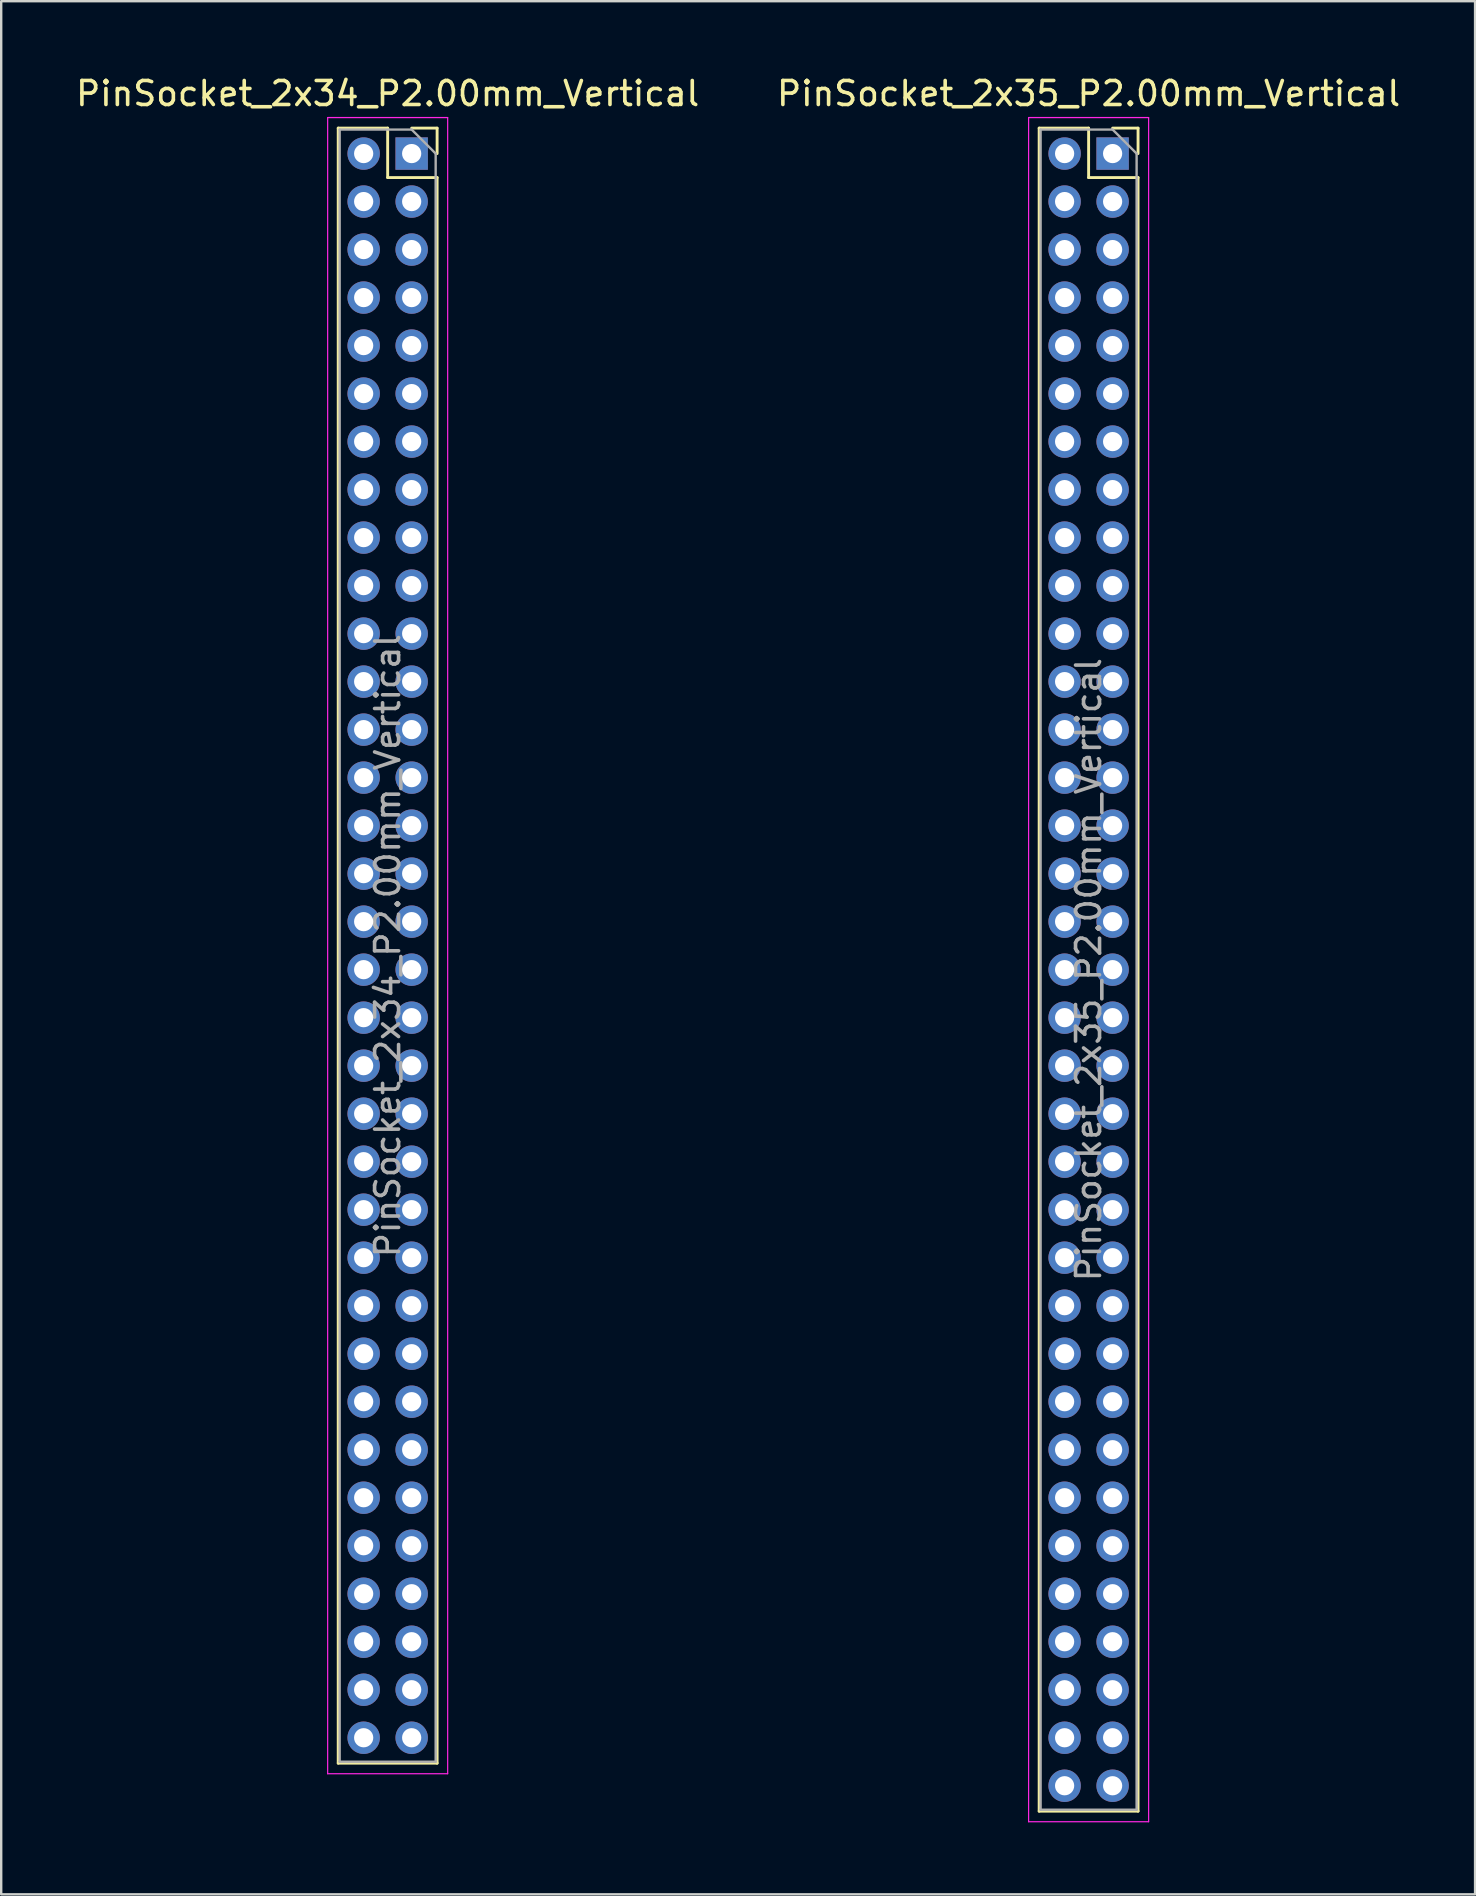
<source format=kicad_pcb>
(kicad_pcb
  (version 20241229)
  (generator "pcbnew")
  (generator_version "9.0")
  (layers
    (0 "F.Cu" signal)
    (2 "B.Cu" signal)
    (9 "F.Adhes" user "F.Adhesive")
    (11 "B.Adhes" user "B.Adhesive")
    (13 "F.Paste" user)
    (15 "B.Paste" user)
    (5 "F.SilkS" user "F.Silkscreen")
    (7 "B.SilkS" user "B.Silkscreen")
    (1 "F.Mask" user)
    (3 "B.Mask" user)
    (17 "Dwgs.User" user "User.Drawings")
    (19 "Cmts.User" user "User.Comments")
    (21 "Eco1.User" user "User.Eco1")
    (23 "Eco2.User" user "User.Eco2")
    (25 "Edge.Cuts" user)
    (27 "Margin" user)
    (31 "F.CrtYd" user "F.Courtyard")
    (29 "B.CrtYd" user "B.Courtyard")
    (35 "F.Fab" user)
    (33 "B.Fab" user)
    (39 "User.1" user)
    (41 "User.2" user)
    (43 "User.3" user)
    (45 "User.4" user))
  (footprint "PinSocket_2x35_P2.00mm_Vertical"
    (layer "F.Cu")
    (at 43.304 3.348)
    (property "Reference" "PinSocket_2x35_P2.00mm_Vertical" (at -1 -2.5 0) (layer "F.SilkS") (effects (font (size 1 1) (thickness 0.15))))
    (attr through_hole)
    (fp_line (start -3.06 -1.06) (end -3.06 69.06) (stroke (width 0.12) (type solid)) (layer "F.SilkS"))
    (fp_line (start -3.06 -1.06) (end -1 -1.06) (stroke (width 0.12) (type solid)) (layer "F.SilkS"))
    (fp_line (start -3.06 69.06) (end 1.06 69.06) (stroke (width 0.12) (type solid)) (layer "F.SilkS"))
    (fp_line (start -1 -1.06) (end -1 1) (stroke (width 0.12) (type solid)) (layer "F.SilkS"))
    (fp_line (start -1 1) (end 1.06 1) (stroke (width 0.12) (type solid)) (layer "F.SilkS"))
    (fp_line (start 0 -1.06) (end 1.06 -1.06) (stroke (width 0.12) (type solid)) (layer "F.SilkS"))
    (fp_line (start 1.06 -1.06) (end 1.06 0) (stroke (width 0.12) (type solid)) (layer "F.SilkS"))
    (fp_line (start 1.06 1) (end 1.06 69.06) (stroke (width 0.12) (type solid)) (layer "F.SilkS"))
    (fp_line (start -3.5 -1.5) (end 1.5 -1.5) (stroke (width 0.05) (type solid)) (layer "F.CrtYd"))
    (fp_line (start -3.5 69.5) (end -3.5 -1.5) (stroke (width 0.05) (type solid)) (layer "F.CrtYd"))
    (fp_line (start 1.5 -1.5) (end 1.5 69.5) (stroke (width 0.05) (type solid)) (layer "F.CrtYd"))
    (fp_line (start 1.5 69.5) (end -3.5 69.5) (stroke (width 0.05) (type solid)) (layer "F.CrtYd"))
    (fp_line (start -3 -1) (end 0 -1) (stroke (width 0.1) (type solid)) (layer "F.Fab"))
    (fp_line (start -3 69) (end -3 -1) (stroke (width 0.1) (type solid)) (layer "F.Fab"))
    (fp_line (start 0 -1) (end 1 0) (stroke (width 0.1) (type solid)) (layer "F.Fab"))
    (fp_line (start 1 0) (end 1 69) (stroke (width 0.1) (type solid)) (layer "F.Fab"))
    (fp_line (start 1 69) (end -3 69) (stroke (width 0.1) (type solid)) (layer "F.Fab"))
    (fp_text user "${REFERENCE}" (at -1 34 90) (layer "F.Fab") (effects (font (size 1 1) (thickness 0.15))))
    (pad "1" thru_hole rect (at 0 0) (size 1.35 1.35) (drill 0.8) (layers "*.Cu" "*.Mask"))
    (pad "2" thru_hole oval (at -2 0) (size 1.35 1.35) (drill 0.8) (layers "*.Cu" "*.Mask"))
    (pad "3" thru_hole oval (at 0 2) (size 1.35 1.35) (drill 0.8) (layers "*.Cu" "*.Mask"))
    (pad "4" thru_hole oval (at -2 2) (size 1.35 1.35) (drill 0.8) (layers "*.Cu" "*.Mask"))
    (pad "5" thru_hole oval (at 0 4) (size 1.35 1.35) (drill 0.8) (layers "*.Cu" "*.Mask"))
    (pad "6" thru_hole oval (at -2 4) (size 1.35 1.35) (drill 0.8) (layers "*.Cu" "*.Mask"))
    (pad "7" thru_hole oval (at 0 6) (size 1.35 1.35) (drill 0.8) (layers "*.Cu" "*.Mask"))
    (pad "8" thru_hole oval (at -2 6) (size 1.35 1.35) (drill 0.8) (layers "*.Cu" "*.Mask"))
    (pad "9" thru_hole oval (at 0 8) (size 1.35 1.35) (drill 0.8) (layers "*.Cu" "*.Mask"))
    (pad "10" thru_hole oval (at -2 8) (size 1.35 1.35) (drill 0.8) (layers "*.Cu" "*.Mask"))
    (pad "11" thru_hole oval (at 0 10) (size 1.35 1.35) (drill 0.8) (layers "*.Cu" "*.Mask"))
    (pad "12" thru_hole oval (at -2 10) (size 1.35 1.35) (drill 0.8) (layers "*.Cu" "*.Mask"))
    (pad "13" thru_hole oval (at 0 12) (size 1.35 1.35) (drill 0.8) (layers "*.Cu" "*.Mask"))
    (pad "14" thru_hole oval (at -2 12) (size 1.35 1.35) (drill 0.8) (layers "*.Cu" "*.Mask"))
    (pad "15" thru_hole oval (at 0 14) (size 1.35 1.35) (drill 0.8) (layers "*.Cu" "*.Mask"))
    (pad "16" thru_hole oval (at -2 14) (size 1.35 1.35) (drill 0.8) (layers "*.Cu" "*.Mask"))
    (pad "17" thru_hole oval (at 0 16) (size 1.35 1.35) (drill 0.8) (layers "*.Cu" "*.Mask"))
    (pad "18" thru_hole oval (at -2 16) (size 1.35 1.35) (drill 0.8) (layers "*.Cu" "*.Mask"))
    (pad "19" thru_hole oval (at 0 18) (size 1.35 1.35) (drill 0.8) (layers "*.Cu" "*.Mask"))
    (pad "20" thru_hole oval (at -2 18) (size 1.35 1.35) (drill 0.8) (layers "*.Cu" "*.Mask"))
    (pad "21" thru_hole oval (at 0 20) (size 1.35 1.35) (drill 0.8) (layers "*.Cu" "*.Mask"))
    (pad "22" thru_hole oval (at -2 20) (size 1.35 1.35) (drill 0.8) (layers "*.Cu" "*.Mask"))
    (pad "23" thru_hole oval (at 0 22) (size 1.35 1.35) (drill 0.8) (layers "*.Cu" "*.Mask"))
    (pad "24" thru_hole oval (at -2 22) (size 1.35 1.35) (drill 0.8) (layers "*.Cu" "*.Mask"))
    (pad "25" thru_hole oval (at 0 24) (size 1.35 1.35) (drill 0.8) (layers "*.Cu" "*.Mask"))
    (pad "26" thru_hole oval (at -2 24) (size 1.35 1.35) (drill 0.8) (layers "*.Cu" "*.Mask"))
    (pad "27" thru_hole oval (at 0 26) (size 1.35 1.35) (drill 0.8) (layers "*.Cu" "*.Mask"))
    (pad "28" thru_hole oval (at -2 26) (size 1.35 1.35) (drill 0.8) (layers "*.Cu" "*.Mask"))
    (pad "29" thru_hole oval (at 0 28) (size 1.35 1.35) (drill 0.8) (layers "*.Cu" "*.Mask"))
    (pad "30" thru_hole oval (at -2 28) (size 1.35 1.35) (drill 0.8) (layers "*.Cu" "*.Mask"))
    (pad "31" thru_hole oval (at 0 30) (size 1.35 1.35) (drill 0.8) (layers "*.Cu" "*.Mask"))
    (pad "32" thru_hole oval (at -2 30) (size 1.35 1.35) (drill 0.8) (layers "*.Cu" "*.Mask"))
    (pad "33" thru_hole oval (at 0 32) (size 1.35 1.35) (drill 0.8) (layers "*.Cu" "*.Mask"))
    (pad "34" thru_hole oval (at -2 32) (size 1.35 1.35) (drill 0.8) (layers "*.Cu" "*.Mask"))
    (pad "35" thru_hole oval (at 0 34) (size 1.35 1.35) (drill 0.8) (layers "*.Cu" "*.Mask"))
    (pad "36" thru_hole oval (at -2 34) (size 1.35 1.35) (drill 0.8) (layers "*.Cu" "*.Mask"))
    (pad "37" thru_hole oval (at 0 36) (size 1.35 1.35) (drill 0.8) (layers "*.Cu" "*.Mask"))
    (pad "38" thru_hole oval (at -2 36) (size 1.35 1.35) (drill 0.8) (layers "*.Cu" "*.Mask"))
    (pad "39" thru_hole oval (at 0 38) (size 1.35 1.35) (drill 0.8) (layers "*.Cu" "*.Mask"))
    (pad "40" thru_hole oval (at -2 38) (size 1.35 1.35) (drill 0.8) (layers "*.Cu" "*.Mask"))
    (pad "41" thru_hole oval (at 0 40) (size 1.35 1.35) (drill 0.8) (layers "*.Cu" "*.Mask"))
    (pad "42" thru_hole oval (at -2 40) (size 1.35 1.35) (drill 0.8) (layers "*.Cu" "*.Mask"))
    (pad "43" thru_hole oval (at 0 42) (size 1.35 1.35) (drill 0.8) (layers "*.Cu" "*.Mask"))
    (pad "44" thru_hole oval (at -2 42) (size 1.35 1.35) (drill 0.8) (layers "*.Cu" "*.Mask"))
    (pad "45" thru_hole oval (at 0 44) (size 1.35 1.35) (drill 0.8) (layers "*.Cu" "*.Mask"))
    (pad "46" thru_hole oval (at -2 44) (size 1.35 1.35) (drill 0.8) (layers "*.Cu" "*.Mask"))
    (pad "47" thru_hole oval (at 0 46) (size 1.35 1.35) (drill 0.8) (layers "*.Cu" "*.Mask"))
    (pad "48" thru_hole oval (at -2 46) (size 1.35 1.35) (drill 0.8) (layers "*.Cu" "*.Mask"))
    (pad "49" thru_hole oval (at 0 48) (size 1.35 1.35) (drill 0.8) (layers "*.Cu" "*.Mask"))
    (pad "50" thru_hole oval (at -2 48) (size 1.35 1.35) (drill 0.8) (layers "*.Cu" "*.Mask"))
    (pad "51" thru_hole oval (at 0 50) (size 1.35 1.35) (drill 0.8) (layers "*.Cu" "*.Mask"))
    (pad "52" thru_hole oval (at -2 50) (size 1.35 1.35) (drill 0.8) (layers "*.Cu" "*.Mask"))
    (pad "53" thru_hole oval (at 0 52) (size 1.35 1.35) (drill 0.8) (layers "*.Cu" "*.Mask"))
    (pad "54" thru_hole oval (at -2 52) (size 1.35 1.35) (drill 0.8) (layers "*.Cu" "*.Mask"))
    (pad "55" thru_hole oval (at 0 54) (size 1.35 1.35) (drill 0.8) (layers "*.Cu" "*.Mask"))
    (pad "56" thru_hole oval (at -2 54) (size 1.35 1.35) (drill 0.8) (layers "*.Cu" "*.Mask"))
    (pad "57" thru_hole oval (at 0 56) (size 1.35 1.35) (drill 0.8) (layers "*.Cu" "*.Mask"))
    (pad "58" thru_hole oval (at -2 56) (size 1.35 1.35) (drill 0.8) (layers "*.Cu" "*.Mask"))
    (pad "59" thru_hole oval (at 0 58) (size 1.35 1.35) (drill 0.8) (layers "*.Cu" "*.Mask"))
    (pad "60" thru_hole oval (at -2 58) (size 1.35 1.35) (drill 0.8) (layers "*.Cu" "*.Mask"))
    (pad "61" thru_hole oval (at 0 60) (size 1.35 1.35) (drill 0.8) (layers "*.Cu" "*.Mask"))
    (pad "62" thru_hole oval (at -2 60) (size 1.35 1.35) (drill 0.8) (layers "*.Cu" "*.Mask"))
    (pad "63" thru_hole oval (at 0 62) (size 1.35 1.35) (drill 0.8) (layers "*.Cu" "*.Mask"))
    (pad "64" thru_hole oval (at -2 62) (size 1.35 1.35) (drill 0.8) (layers "*.Cu" "*.Mask"))
    (pad "65" thru_hole oval (at 0 64) (size 1.35 1.35) (drill 0.8) (layers "*.Cu" "*.Mask"))
    (pad "66" thru_hole oval (at -2 64) (size 1.35 1.35) (drill 0.8) (layers "*.Cu" "*.Mask"))
    (pad "67" thru_hole oval (at 0 66) (size 1.35 1.35) (drill 0.8) (layers "*.Cu" "*.Mask"))
    (pad "68" thru_hole oval (at -2 66) (size 1.35 1.35) (drill 0.8) (layers "*.Cu" "*.Mask"))
    (pad "69" thru_hole oval (at 0 68) (size 1.35 1.35) (drill 0.8) (layers "*.Cu" "*.Mask"))
    (pad "70" thru_hole oval (at -2 68) (size 1.35 1.35) (drill 0.8) (layers "*.Cu" "*.Mask")))
  (footprint "PinSocket_2x34_P2.00mm_Vertical"
    (layer "F.Cu")
    (at 14.101 3.348)
    (property "Reference" "PinSocket_2x34_P2.00mm_Vertical" (at -1 -2.5 0) (layer "F.SilkS") (effects (font (size 1 1) (thickness 0.15))))
    (attr through_hole)
    (fp_line (start -3.06 -1.06) (end -3.06 67.06) (stroke (width 0.12) (type solid)) (layer "F.SilkS"))
    (fp_line (start -3.06 -1.06) (end -1 -1.06) (stroke (width 0.12) (type solid)) (layer "F.SilkS"))
    (fp_line (start -3.06 67.06) (end 1.06 67.06) (stroke (width 0.12) (type solid)) (layer "F.SilkS"))
    (fp_line (start -1 -1.06) (end -1 1) (stroke (width 0.12) (type solid)) (layer "F.SilkS"))
    (fp_line (start -1 1) (end 1.06 1) (stroke (width 0.12) (type solid)) (layer "F.SilkS"))
    (fp_line (start 0 -1.06) (end 1.06 -1.06) (stroke (width 0.12) (type solid)) (layer "F.SilkS"))
    (fp_line (start 1.06 -1.06) (end 1.06 0) (stroke (width 0.12) (type solid)) (layer "F.SilkS"))
    (fp_line (start 1.06 1) (end 1.06 67.06) (stroke (width 0.12) (type solid)) (layer "F.SilkS"))
    (fp_line (start -3.5 -1.5) (end 1.5 -1.5) (stroke (width 0.05) (type solid)) (layer "F.CrtYd"))
    (fp_line (start -3.5 67.5) (end -3.5 -1.5) (stroke (width 0.05) (type solid)) (layer "F.CrtYd"))
    (fp_line (start 1.5 -1.5) (end 1.5 67.5) (stroke (width 0.05) (type solid)) (layer "F.CrtYd"))
    (fp_line (start 1.5 67.5) (end -3.5 67.5) (stroke (width 0.05) (type solid)) (layer "F.CrtYd"))
    (fp_line (start -3 -1) (end 0 -1) (stroke (width 0.1) (type solid)) (layer "F.Fab"))
    (fp_line (start -3 67) (end -3 -1) (stroke (width 0.1) (type solid)) (layer "F.Fab"))
    (fp_line (start 0 -1) (end 1 0) (stroke (width 0.1) (type solid)) (layer "F.Fab"))
    (fp_line (start 1 0) (end 1 67) (stroke (width 0.1) (type solid)) (layer "F.Fab"))
    (fp_line (start 1 67) (end -3 67) (stroke (width 0.1) (type solid)) (layer "F.Fab"))
    (fp_text user "${REFERENCE}" (at -1 33 90) (layer "F.Fab") (effects (font (size 1 1) (thickness 0.15))))
    (pad "1" thru_hole rect (at 0 0) (size 1.35 1.35) (drill 0.8) (layers "*.Cu" "*.Mask"))
    (pad "2" thru_hole oval (at -2 0) (size 1.35 1.35) (drill 0.8) (layers "*.Cu" "*.Mask"))
    (pad "3" thru_hole oval (at 0 2) (size 1.35 1.35) (drill 0.8) (layers "*.Cu" "*.Mask"))
    (pad "4" thru_hole oval (at -2 2) (size 1.35 1.35) (drill 0.8) (layers "*.Cu" "*.Mask"))
    (pad "5" thru_hole oval (at 0 4) (size 1.35 1.35) (drill 0.8) (layers "*.Cu" "*.Mask"))
    (pad "6" thru_hole oval (at -2 4) (size 1.35 1.35) (drill 0.8) (layers "*.Cu" "*.Mask"))
    (pad "7" thru_hole oval (at 0 6) (size 1.35 1.35) (drill 0.8) (layers "*.Cu" "*.Mask"))
    (pad "8" thru_hole oval (at -2 6) (size 1.35 1.35) (drill 0.8) (layers "*.Cu" "*.Mask"))
    (pad "9" thru_hole oval (at 0 8) (size 1.35 1.35) (drill 0.8) (layers "*.Cu" "*.Mask"))
    (pad "10" thru_hole oval (at -2 8) (size 1.35 1.35) (drill 0.8) (layers "*.Cu" "*.Mask"))
    (pad "11" thru_hole oval (at 0 10) (size 1.35 1.35) (drill 0.8) (layers "*.Cu" "*.Mask"))
    (pad "12" thru_hole oval (at -2 10) (size 1.35 1.35) (drill 0.8) (layers "*.Cu" "*.Mask"))
    (pad "13" thru_hole oval (at 0 12) (size 1.35 1.35) (drill 0.8) (layers "*.Cu" "*.Mask"))
    (pad "14" thru_hole oval (at -2 12) (size 1.35 1.35) (drill 0.8) (layers "*.Cu" "*.Mask"))
    (pad "15" thru_hole oval (at 0 14) (size 1.35 1.35) (drill 0.8) (layers "*.Cu" "*.Mask"))
    (pad "16" thru_hole oval (at -2 14) (size 1.35 1.35) (drill 0.8) (layers "*.Cu" "*.Mask"))
    (pad "17" thru_hole oval (at 0 16) (size 1.35 1.35) (drill 0.8) (layers "*.Cu" "*.Mask"))
    (pad "18" thru_hole oval (at -2 16) (size 1.35 1.35) (drill 0.8) (layers "*.Cu" "*.Mask"))
    (pad "19" thru_hole oval (at 0 18) (size 1.35 1.35) (drill 0.8) (layers "*.Cu" "*.Mask"))
    (pad "20" thru_hole oval (at -2 18) (size 1.35 1.35) (drill 0.8) (layers "*.Cu" "*.Mask"))
    (pad "21" thru_hole oval (at 0 20) (size 1.35 1.35) (drill 0.8) (layers "*.Cu" "*.Mask"))
    (pad "22" thru_hole oval (at -2 20) (size 1.35 1.35) (drill 0.8) (layers "*.Cu" "*.Mask"))
    (pad "23" thru_hole oval (at 0 22) (size 1.35 1.35) (drill 0.8) (layers "*.Cu" "*.Mask"))
    (pad "24" thru_hole oval (at -2 22) (size 1.35 1.35) (drill 0.8) (layers "*.Cu" "*.Mask"))
    (pad "25" thru_hole oval (at 0 24) (size 1.35 1.35) (drill 0.8) (layers "*.Cu" "*.Mask"))
    (pad "26" thru_hole oval (at -2 24) (size 1.35 1.35) (drill 0.8) (layers "*.Cu" "*.Mask"))
    (pad "27" thru_hole oval (at 0 26) (size 1.35 1.35) (drill 0.8) (layers "*.Cu" "*.Mask"))
    (pad "28" thru_hole oval (at -2 26) (size 1.35 1.35) (drill 0.8) (layers "*.Cu" "*.Mask"))
    (pad "29" thru_hole oval (at 0 28) (size 1.35 1.35) (drill 0.8) (layers "*.Cu" "*.Mask"))
    (pad "30" thru_hole oval (at -2 28) (size 1.35 1.35) (drill 0.8) (layers "*.Cu" "*.Mask"))
    (pad "31" thru_hole oval (at 0 30) (size 1.35 1.35) (drill 0.8) (layers "*.Cu" "*.Mask"))
    (pad "32" thru_hole oval (at -2 30) (size 1.35 1.35) (drill 0.8) (layers "*.Cu" "*.Mask"))
    (pad "33" thru_hole oval (at 0 32) (size 1.35 1.35) (drill 0.8) (layers "*.Cu" "*.Mask"))
    (pad "34" thru_hole oval (at -2 32) (size 1.35 1.35) (drill 0.8) (layers "*.Cu" "*.Mask"))
    (pad "35" thru_hole oval (at 0 34) (size 1.35 1.35) (drill 0.8) (layers "*.Cu" "*.Mask"))
    (pad "36" thru_hole oval (at -2 34) (size 1.35 1.35) (drill 0.8) (layers "*.Cu" "*.Mask"))
    (pad "37" thru_hole oval (at 0 36) (size 1.35 1.35) (drill 0.8) (layers "*.Cu" "*.Mask"))
    (pad "38" thru_hole oval (at -2 36) (size 1.35 1.35) (drill 0.8) (layers "*.Cu" "*.Mask"))
    (pad "39" thru_hole oval (at 0 38) (size 1.35 1.35) (drill 0.8) (layers "*.Cu" "*.Mask"))
    (pad "40" thru_hole oval (at -2 38) (size 1.35 1.35) (drill 0.8) (layers "*.Cu" "*.Mask"))
    (pad "41" thru_hole oval (at 0 40) (size 1.35 1.35) (drill 0.8) (layers "*.Cu" "*.Mask"))
    (pad "42" thru_hole oval (at -2 40) (size 1.35 1.35) (drill 0.8) (layers "*.Cu" "*.Mask"))
    (pad "43" thru_hole oval (at 0 42) (size 1.35 1.35) (drill 0.8) (layers "*.Cu" "*.Mask"))
    (pad "44" thru_hole oval (at -2 42) (size 1.35 1.35) (drill 0.8) (layers "*.Cu" "*.Mask"))
    (pad "45" thru_hole oval (at 0 44) (size 1.35 1.35) (drill 0.8) (layers "*.Cu" "*.Mask"))
    (pad "46" thru_hole oval (at -2 44) (size 1.35 1.35) (drill 0.8) (layers "*.Cu" "*.Mask"))
    (pad "47" thru_hole oval (at 0 46) (size 1.35 1.35) (drill 0.8) (layers "*.Cu" "*.Mask"))
    (pad "48" thru_hole oval (at -2 46) (size 1.35 1.35) (drill 0.8) (layers "*.Cu" "*.Mask"))
    (pad "49" thru_hole oval (at 0 48) (size 1.35 1.35) (drill 0.8) (layers "*.Cu" "*.Mask"))
    (pad "50" thru_hole oval (at -2 48) (size 1.35 1.35) (drill 0.8) (layers "*.Cu" "*.Mask"))
    (pad "51" thru_hole oval (at 0 50) (size 1.35 1.35) (drill 0.8) (layers "*.Cu" "*.Mask"))
    (pad "52" thru_hole oval (at -2 50) (size 1.35 1.35) (drill 0.8) (layers "*.Cu" "*.Mask"))
    (pad "53" thru_hole oval (at 0 52) (size 1.35 1.35) (drill 0.8) (layers "*.Cu" "*.Mask"))
    (pad "54" thru_hole oval (at -2 52) (size 1.35 1.35) (drill 0.8) (layers "*.Cu" "*.Mask"))
    (pad "55" thru_hole oval (at 0 54) (size 1.35 1.35) (drill 0.8) (layers "*.Cu" "*.Mask"))
    (pad "56" thru_hole oval (at -2 54) (size 1.35 1.35) (drill 0.8) (layers "*.Cu" "*.Mask"))
    (pad "57" thru_hole oval (at 0 56) (size 1.35 1.35) (drill 0.8) (layers "*.Cu" "*.Mask"))
    (pad "58" thru_hole oval (at -2 56) (size 1.35 1.35) (drill 0.8) (layers "*.Cu" "*.Mask"))
    (pad "59" thru_hole oval (at 0 58) (size 1.35 1.35) (drill 0.8) (layers "*.Cu" "*.Mask"))
    (pad "60" thru_hole oval (at -2 58) (size 1.35 1.35) (drill 0.8) (layers "*.Cu" "*.Mask"))
    (pad "61" thru_hole oval (at 0 60) (size 1.35 1.35) (drill 0.8) (layers "*.Cu" "*.Mask"))
    (pad "62" thru_hole oval (at -2 60) (size 1.35 1.35) (drill 0.8) (layers "*.Cu" "*.Mask"))
    (pad "63" thru_hole oval (at 0 62) (size 1.35 1.35) (drill 0.8) (layers "*.Cu" "*.Mask"))
    (pad "64" thru_hole oval (at -2 62) (size 1.35 1.35) (drill 0.8) (layers "*.Cu" "*.Mask"))
    (pad "65" thru_hole oval (at 0 64) (size 1.35 1.35) (drill 0.8) (layers "*.Cu" "*.Mask"))
    (pad "66" thru_hole oval (at -2 64) (size 1.35 1.35) (drill 0.8) (layers "*.Cu" "*.Mask"))
    (pad "67" thru_hole oval (at 0 66) (size 1.35 1.35) (drill 0.8) (layers "*.Cu" "*.Mask"))
    (pad "68" thru_hole oval (at -2 66) (size 1.35 1.35) (drill 0.8) (layers "*.Cu" "*.Mask")))
  (gr_rect
    (start -3 -3)
    (end 58.405 75.873)
    (stroke (width 0.1) (type default))
    (fill no)
    (layer "Edge.Cuts")))
</source>
